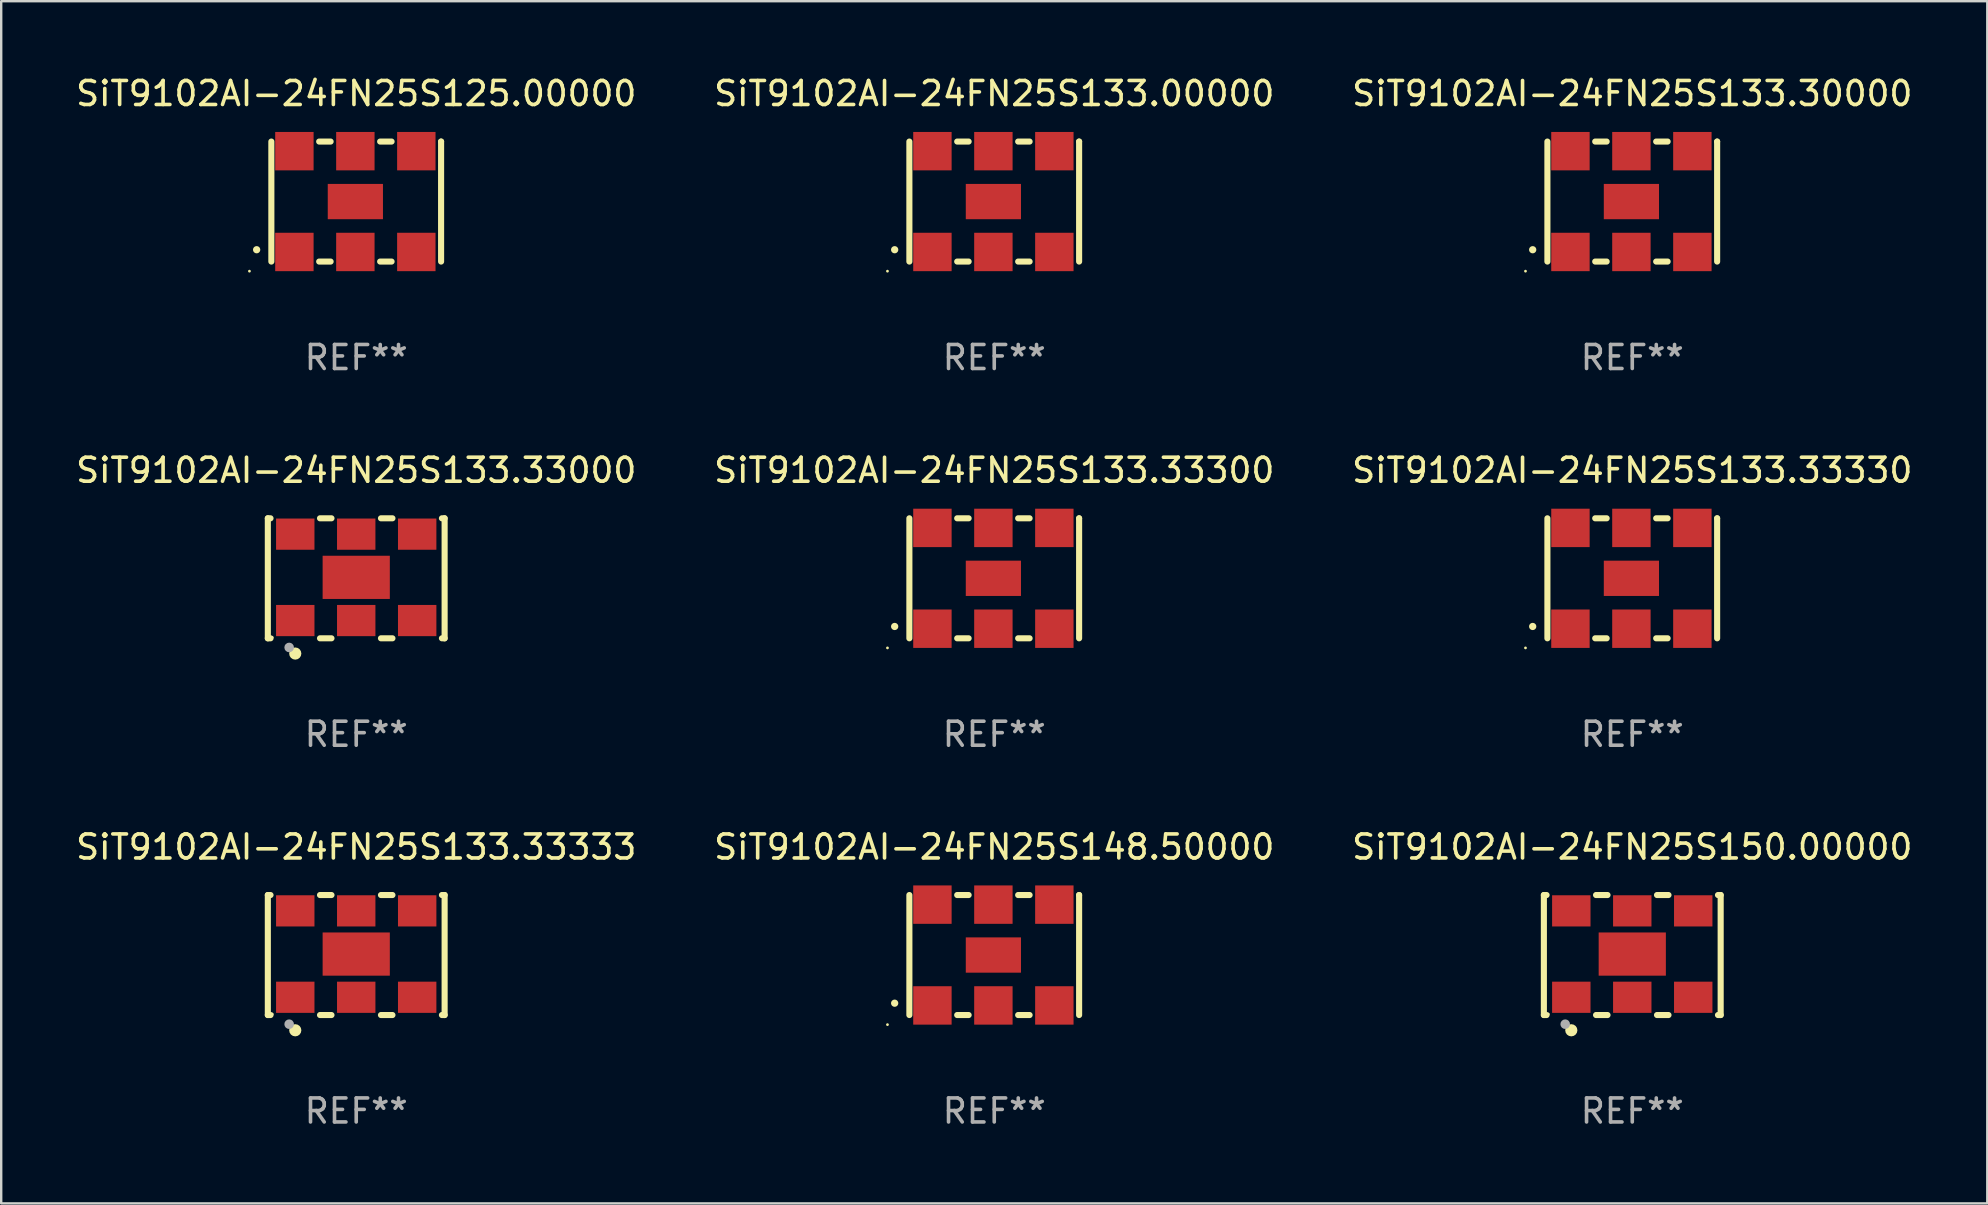
<source format=kicad_pcb>
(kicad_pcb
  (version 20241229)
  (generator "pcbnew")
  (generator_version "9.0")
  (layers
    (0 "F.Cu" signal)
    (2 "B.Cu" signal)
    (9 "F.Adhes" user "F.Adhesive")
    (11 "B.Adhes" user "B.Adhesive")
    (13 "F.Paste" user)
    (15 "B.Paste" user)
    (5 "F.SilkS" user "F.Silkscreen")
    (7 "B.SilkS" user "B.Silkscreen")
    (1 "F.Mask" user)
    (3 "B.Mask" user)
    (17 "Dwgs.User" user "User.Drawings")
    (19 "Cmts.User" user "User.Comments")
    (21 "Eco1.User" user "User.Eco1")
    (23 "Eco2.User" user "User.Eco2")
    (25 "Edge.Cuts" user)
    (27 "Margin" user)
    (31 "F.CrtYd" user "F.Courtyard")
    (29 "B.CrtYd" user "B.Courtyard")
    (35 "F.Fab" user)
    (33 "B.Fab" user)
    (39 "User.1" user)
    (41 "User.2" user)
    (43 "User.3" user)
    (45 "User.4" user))
  (footprint "SiT9102AI-24FN25S133.33333"
    (layer "F.Cu")
    (at 11.792 36.741)
    (property "Reference" "SiT9102AI-24FN25S133.33333" (at 0 -4.5 0) (layer "F.SilkS") (effects (font (size 1 1) (thickness 0.15))))
    (attr through_hole)
    (fp_line (start -3.683 -2.5) (end -3.571 -2.5) (stroke (width 0.254) (type solid)) (layer "F.SilkS"))
    (fp_line (start -3.683 2.5) (end -3.683 -2.5) (stroke (width 0.254) (type solid)) (layer "F.SilkS"))
    (fp_line (start -3.683 2.5) (end -3.571 2.5) (stroke (width 0.254) (type solid)) (layer "F.SilkS"))
    (fp_line (start -1.509 -2.5) (end -1.031 -2.5) (stroke (width 0.254) (type solid)) (layer "F.SilkS"))
    (fp_line (start -1.509 2.5) (end -1.031 2.5) (stroke (width 0.254) (type solid)) (layer "F.SilkS"))
    (fp_line (start 1.031 -2.5) (end 1.509 -2.5) (stroke (width 0.254) (type solid)) (layer "F.SilkS"))
    (fp_line (start 1.031 2.5) (end 1.509 2.5) (stroke (width 0.254) (type solid)) (layer "F.SilkS"))
    (fp_line (start 3.571 -2.5) (end 3.683 -2.5) (stroke (width 0.254) (type solid)) (layer "F.SilkS"))
    (fp_line (start 3.571 2.5) (end 3.683 2.5) (stroke (width 0.254) (type solid)) (layer "F.SilkS"))
    (fp_line (start 3.683 2.5) (end 3.683 -2.5) (stroke (width 0.254) (type solid)) (layer "F.SilkS"))
    (fp_circle (center -3.5 2.46) (end -3.47 2.46) (stroke (width 0.06) (type solid)) (fill no) (layer "F.SilkS"))
    (fp_circle (center -2.54 3.135) (end -2.413 3.135) (stroke (width 0.254) (type solid)) (fill no) (layer "F.SilkS"))
    (fp_circle (center -2.794 2.881) (end -2.694 2.881) (stroke (width 0.2) (type solid)) (fill no) (layer "F.Fab"))
    (fp_text user "REF**" (at 0 6.5 0) (layer "F.Fab") (effects (font (size 1 1) (thickness 0.15))))
    (pad "1" smd rect (at -2.54 1.76) (size 1.6 1.3) (layers "F.Cu" "F.Mask" "F.Paste"))
    (pad "2" smd rect (at 0 1.76) (size 1.6 1.3) (layers "F.Cu" "F.Mask" "F.Paste"))
    (pad "3" smd rect (at 2.54 1.76) (size 1.6 1.3) (layers "F.Cu" "F.Mask" "F.Paste"))
    (pad "4" smd rect (at 2.54 -1.84) (size 1.6 1.3) (layers "F.Cu" "F.Mask" "F.Paste"))
    (pad "5" smd rect (at 0 -1.84) (size 1.6 1.3) (layers "F.Cu" "F.Mask" "F.Paste"))
    (pad "6" smd rect (at -2.54 -1.84) (size 1.6 1.3) (layers "F.Cu" "F.Mask" "F.Paste"))
    (pad "7" smd rect (at 0 -0.04) (size 2.8 1.8) (layers "F.Cu" "F.Mask" "F.Paste")))
  (footprint "SiT9102AI-24FN25S133.33300"
    (layer "F.Cu")
    (at 38.375 21.045)
    (property "Reference" "SiT9102AI-24FN25S133.33300" (at 0 -4.5 0) (layer "F.SilkS") (effects (font (size 1 1) (thickness 0.15))))
    (attr through_hole)
    (fp_line (start -3.536 -2.5) (end -3.536 2.5) (stroke (width 0.254) (type solid)) (layer "F.SilkS"))
    (fp_line (start -1.544 2.5) (end -1.067 2.5) (stroke (width 0.254) (type solid)) (layer "F.SilkS"))
    (fp_line (start -1.067 -2.5) (end -1.544 -2.5) (stroke (width 0.254) (type solid)) (layer "F.SilkS"))
    (fp_line (start 0.996 2.5) (end 1.473 2.5) (stroke (width 0.254) (type solid)) (layer "F.SilkS"))
    (fp_line (start 1.473 -2.5) (end 0.996 -2.5) (stroke (width 0.254) (type solid)) (layer "F.SilkS"))
    (fp_line (start 3.536 -2.5) (end 3.536 -2.5) (stroke (width 0.254) (type solid)) (layer "F.SilkS"))
    (fp_line (start 3.536 2.5) (end 3.536 -2.5) (stroke (width 0.254) (type solid)) (layer "F.SilkS"))
    (fp_arc (start -4.150432 2.006604) (mid -4.149162 2.006599) (end -4.147892 2.006604) (stroke (width 0.3) (type solid)) (layer "F.SilkS"))
    (fp_circle (center -4.449 2.9) (end -4.419 2.9) (stroke (width 0.06) (type solid)) (fill no) (layer "F.SilkS"))
    (fp_text user "REF**" (at 0 6.5 0) (layer "F.Fab") (effects (font (size 1 1) (thickness 0.15))))
    (pad "1" smd rect (at -2.576 2.1) (size 1.6 1.6) (layers "F.Cu" "F.Mask" "F.Paste"))
    (pad "2" smd rect (at -0.036 2.1) (size 1.6 1.6) (layers "F.Cu" "F.Mask" "F.Paste"))
    (pad "3" smd rect (at 2.504 2.1) (size 1.6 1.6) (layers "F.Cu" "F.Mask" "F.Paste"))
    (pad "4" smd rect (at 2.504 -2.1) (size 1.6 1.6) (layers "F.Cu" "F.Mask" "F.Paste"))
    (pad "5" smd rect (at -0.036 -2.1) (size 1.6 1.6) (layers "F.Cu" "F.Mask" "F.Paste"))
    (pad "6" smd rect (at -2.576 -2.1) (size 1.6 1.6) (layers "F.Cu" "F.Mask" "F.Paste"))
    (pad "7" smd rect (at -0.036 0) (size 2.3 1.47) (layers "F.Cu" "F.Mask" "F.Paste")))
  (footprint "SiT9102AI-24FN25S133.33000"
    (layer "F.Cu")
    (at 11.792 21.045)
    (property "Reference" "SiT9102AI-24FN25S133.33000" (at 0 -4.5 0) (layer "F.SilkS") (effects (font (size 1 1) (thickness 0.15))))
    (attr through_hole)
    (fp_line (start -3.683 -2.5) (end -3.571 -2.5) (stroke (width 0.254) (type solid)) (layer "F.SilkS"))
    (fp_line (start -3.683 2.5) (end -3.683 -2.5) (stroke (width 0.254) (type solid)) (layer "F.SilkS"))
    (fp_line (start -3.683 2.5) (end -3.571 2.5) (stroke (width 0.254) (type solid)) (layer "F.SilkS"))
    (fp_line (start -1.509 -2.5) (end -1.031 -2.5) (stroke (width 0.254) (type solid)) (layer "F.SilkS"))
    (fp_line (start -1.509 2.5) (end -1.031 2.5) (stroke (width 0.254) (type solid)) (layer "F.SilkS"))
    (fp_line (start 1.031 -2.5) (end 1.509 -2.5) (stroke (width 0.254) (type solid)) (layer "F.SilkS"))
    (fp_line (start 1.031 2.5) (end 1.509 2.5) (stroke (width 0.254) (type solid)) (layer "F.SilkS"))
    (fp_line (start 3.571 -2.5) (end 3.683 -2.5) (stroke (width 0.254) (type solid)) (layer "F.SilkS"))
    (fp_line (start 3.571 2.5) (end 3.683 2.5) (stroke (width 0.254) (type solid)) (layer "F.SilkS"))
    (fp_line (start 3.683 2.5) (end 3.683 -2.5) (stroke (width 0.254) (type solid)) (layer "F.SilkS"))
    (fp_circle (center -3.5 2.46) (end -3.47 2.46) (stroke (width 0.06) (type solid)) (fill no) (layer "F.SilkS"))
    (fp_circle (center -2.54 3.135) (end -2.413 3.135) (stroke (width 0.254) (type solid)) (fill no) (layer "F.SilkS"))
    (fp_circle (center -2.794 2.881) (end -2.694 2.881) (stroke (width 0.2) (type solid)) (fill no) (layer "F.Fab"))
    (fp_text user "REF**" (at 0 6.5 0) (layer "F.Fab") (effects (font (size 1 1) (thickness 0.15))))
    (pad "1" smd rect (at -2.54 1.76) (size 1.6 1.3) (layers "F.Cu" "F.Mask" "F.Paste"))
    (pad "2" smd rect (at 0 1.76) (size 1.6 1.3) (layers "F.Cu" "F.Mask" "F.Paste"))
    (pad "3" smd rect (at 2.54 1.76) (size 1.6 1.3) (layers "F.Cu" "F.Mask" "F.Paste"))
    (pad "4" smd rect (at 2.54 -1.84) (size 1.6 1.3) (layers "F.Cu" "F.Mask" "F.Paste"))
    (pad "5" smd rect (at 0 -1.84) (size 1.6 1.3) (layers "F.Cu" "F.Mask" "F.Paste"))
    (pad "6" smd rect (at -2.54 -1.84) (size 1.6 1.3) (layers "F.Cu" "F.Mask" "F.Paste"))
    (pad "7" smd rect (at 0 -0.04) (size 2.8 1.8) (layers "F.Cu" "F.Mask" "F.Paste")))
  (footprint "SiT9102AI-24FN25S133.30000"
    (layer "F.Cu")
    (at 64.958 5.348)
    (property "Reference" "SiT9102AI-24FN25S133.30000" (at 0 -4.5 0) (layer "F.SilkS") (effects (font (size 1 1) (thickness 0.15))))
    (attr through_hole)
    (fp_line (start -3.536 -2.5) (end -3.536 2.5) (stroke (width 0.254) (type solid)) (layer "F.SilkS"))
    (fp_line (start -1.544 2.5) (end -1.067 2.5) (stroke (width 0.254) (type solid)) (layer "F.SilkS"))
    (fp_line (start -1.067 -2.5) (end -1.544 -2.5) (stroke (width 0.254) (type solid)) (layer "F.SilkS"))
    (fp_line (start 0.996 2.5) (end 1.473 2.5) (stroke (width 0.254) (type solid)) (layer "F.SilkS"))
    (fp_line (start 1.473 -2.5) (end 0.996 -2.5) (stroke (width 0.254) (type solid)) (layer "F.SilkS"))
    (fp_line (start 3.536 -2.5) (end 3.536 -2.5) (stroke (width 0.254) (type solid)) (layer "F.SilkS"))
    (fp_line (start 3.536 2.5) (end 3.536 -2.5) (stroke (width 0.254) (type solid)) (layer "F.SilkS"))
    (fp_arc (start -4.150432 2.006604) (mid -4.149162 2.006599) (end -4.147892 2.006604) (stroke (width 0.3) (type solid)) (layer "F.SilkS"))
    (fp_circle (center -4.449 2.9) (end -4.419 2.9) (stroke (width 0.06) (type solid)) (fill no) (layer "F.SilkS"))
    (fp_text user "REF**" (at 0 6.5 0) (layer "F.Fab") (effects (font (size 1 1) (thickness 0.15))))
    (pad "1" smd rect (at -2.576 2.1) (size 1.6 1.6) (layers "F.Cu" "F.Mask" "F.Paste"))
    (pad "2" smd rect (at -0.036 2.1) (size 1.6 1.6) (layers "F.Cu" "F.Mask" "F.Paste"))
    (pad "3" smd rect (at 2.504 2.1) (size 1.6 1.6) (layers "F.Cu" "F.Mask" "F.Paste"))
    (pad "4" smd rect (at 2.504 -2.1) (size 1.6 1.6) (layers "F.Cu" "F.Mask" "F.Paste"))
    (pad "5" smd rect (at -0.036 -2.1) (size 1.6 1.6) (layers "F.Cu" "F.Mask" "F.Paste"))
    (pad "6" smd rect (at -2.576 -2.1) (size 1.6 1.6) (layers "F.Cu" "F.Mask" "F.Paste"))
    (pad "7" smd rect (at -0.036 0) (size 2.3 1.47) (layers "F.Cu" "F.Mask" "F.Paste")))
  (footprint "SiT9102AI-24FN25S133.00000"
    (layer "F.Cu")
    (at 38.375 5.348)
    (property "Reference" "SiT9102AI-24FN25S133.00000" (at 0 -4.5 0) (layer "F.SilkS") (effects (font (size 1 1) (thickness 0.15))))
    (attr through_hole)
    (fp_line (start -3.536 -2.5) (end -3.536 2.5) (stroke (width 0.254) (type solid)) (layer "F.SilkS"))
    (fp_line (start -1.544 2.5) (end -1.067 2.5) (stroke (width 0.254) (type solid)) (layer "F.SilkS"))
    (fp_line (start -1.067 -2.5) (end -1.544 -2.5) (stroke (width 0.254) (type solid)) (layer "F.SilkS"))
    (fp_line (start 0.996 2.5) (end 1.473 2.5) (stroke (width 0.254) (type solid)) (layer "F.SilkS"))
    (fp_line (start 1.473 -2.5) (end 0.996 -2.5) (stroke (width 0.254) (type solid)) (layer "F.SilkS"))
    (fp_line (start 3.536 -2.5) (end 3.536 -2.5) (stroke (width 0.254) (type solid)) (layer "F.SilkS"))
    (fp_line (start 3.536 2.5) (end 3.536 -2.5) (stroke (width 0.254) (type solid)) (layer "F.SilkS"))
    (fp_arc (start -4.150432 2.006604) (mid -4.149162 2.006599) (end -4.147892 2.006604) (stroke (width 0.3) (type solid)) (layer "F.SilkS"))
    (fp_circle (center -4.449 2.9) (end -4.419 2.9) (stroke (width 0.06) (type solid)) (fill no) (layer "F.SilkS"))
    (fp_text user "REF**" (at 0 6.5 0) (layer "F.Fab") (effects (font (size 1 1) (thickness 0.15))))
    (pad "1" smd rect (at -2.576 2.1) (size 1.6 1.6) (layers "F.Cu" "F.Mask" "F.Paste"))
    (pad "2" smd rect (at -0.036 2.1) (size 1.6 1.6) (layers "F.Cu" "F.Mask" "F.Paste"))
    (pad "3" smd rect (at 2.504 2.1) (size 1.6 1.6) (layers "F.Cu" "F.Mask" "F.Paste"))
    (pad "4" smd rect (at 2.504 -2.1) (size 1.6 1.6) (layers "F.Cu" "F.Mask" "F.Paste"))
    (pad "5" smd rect (at -0.036 -2.1) (size 1.6 1.6) (layers "F.Cu" "F.Mask" "F.Paste"))
    (pad "6" smd rect (at -2.576 -2.1) (size 1.6 1.6) (layers "F.Cu" "F.Mask" "F.Paste"))
    (pad "7" smd rect (at -0.036 0) (size 2.3 1.47) (layers "F.Cu" "F.Mask" "F.Paste")))
  (footprint "SiT9102AI-24FN25S148.50000"
    (layer "F.Cu")
    (at 38.375 36.741)
    (property "Reference" "SiT9102AI-24FN25S148.50000" (at 0 -4.5 0) (layer "F.SilkS") (effects (font (size 1 1) (thickness 0.15))))
    (attr through_hole)
    (fp_line (start -3.536 -2.5) (end -3.536 2.5) (stroke (width 0.254) (type solid)) (layer "F.SilkS"))
    (fp_line (start -1.544 2.5) (end -1.067 2.5) (stroke (width 0.254) (type solid)) (layer "F.SilkS"))
    (fp_line (start -1.067 -2.5) (end -1.544 -2.5) (stroke (width 0.254) (type solid)) (layer "F.SilkS"))
    (fp_line (start 0.996 2.5) (end 1.473 2.5) (stroke (width 0.254) (type solid)) (layer "F.SilkS"))
    (fp_line (start 1.473 -2.5) (end 0.996 -2.5) (stroke (width 0.254) (type solid)) (layer "F.SilkS"))
    (fp_line (start 3.536 -2.5) (end 3.536 -2.5) (stroke (width 0.254) (type solid)) (layer "F.SilkS"))
    (fp_line (start 3.536 2.5) (end 3.536 -2.5) (stroke (width 0.254) (type solid)) (layer "F.SilkS"))
    (fp_arc (start -4.150432 2.006604) (mid -4.149162 2.006599) (end -4.147892 2.006604) (stroke (width 0.3) (type solid)) (layer "F.SilkS"))
    (fp_circle (center -4.449 2.9) (end -4.419 2.9) (stroke (width 0.06) (type solid)) (fill no) (layer "F.SilkS"))
    (fp_text user "REF**" (at 0 6.5 0) (layer "F.Fab") (effects (font (size 1 1) (thickness 0.15))))
    (pad "1" smd rect (at -2.576 2.1) (size 1.6 1.6) (layers "F.Cu" "F.Mask" "F.Paste"))
    (pad "2" smd rect (at -0.036 2.1) (size 1.6 1.6) (layers "F.Cu" "F.Mask" "F.Paste"))
    (pad "3" smd rect (at 2.504 2.1) (size 1.6 1.6) (layers "F.Cu" "F.Mask" "F.Paste"))
    (pad "4" smd rect (at 2.504 -2.1) (size 1.6 1.6) (layers "F.Cu" "F.Mask" "F.Paste"))
    (pad "5" smd rect (at -0.036 -2.1) (size 1.6 1.6) (layers "F.Cu" "F.Mask" "F.Paste"))
    (pad "6" smd rect (at -2.576 -2.1) (size 1.6 1.6) (layers "F.Cu" "F.Mask" "F.Paste"))
    (pad "7" smd rect (at -0.036 0) (size 2.3 1.47) (layers "F.Cu" "F.Mask" "F.Paste")))
  (footprint "SiT9102AI-24FN25S125.00000"
    (layer "F.Cu")
    (at 11.792 5.348)
    (property "Reference" "SiT9102AI-24FN25S125.00000" (at 0 -4.5 0) (layer "F.SilkS") (effects (font (size 1 1) (thickness 0.15))))
    (attr through_hole)
    (fp_line (start -3.536 -2.5) (end -3.536 2.5) (stroke (width 0.254) (type solid)) (layer "F.SilkS"))
    (fp_line (start -1.544 2.5) (end -1.067 2.5) (stroke (width 0.254) (type solid)) (layer "F.SilkS"))
    (fp_line (start -1.067 -2.5) (end -1.544 -2.5) (stroke (width 0.254) (type solid)) (layer "F.SilkS"))
    (fp_line (start 0.996 2.5) (end 1.473 2.5) (stroke (width 0.254) (type solid)) (layer "F.SilkS"))
    (fp_line (start 1.473 -2.5) (end 0.996 -2.5) (stroke (width 0.254) (type solid)) (layer "F.SilkS"))
    (fp_line (start 3.536 -2.5) (end 3.536 -2.5) (stroke (width 0.254) (type solid)) (layer "F.SilkS"))
    (fp_line (start 3.536 2.5) (end 3.536 -2.5) (stroke (width 0.254) (type solid)) (layer "F.SilkS"))
    (fp_arc (start -4.150432 2.006604) (mid -4.149162 2.006599) (end -4.147892 2.006604) (stroke (width 0.3) (type solid)) (layer "F.SilkS"))
    (fp_circle (center -4.449 2.9) (end -4.419 2.9) (stroke (width 0.06) (type solid)) (fill no) (layer "F.SilkS"))
    (fp_text user "REF**" (at 0 6.5 0) (layer "F.Fab") (effects (font (size 1 1) (thickness 0.15))))
    (pad "1" smd rect (at -2.576 2.1) (size 1.6 1.6) (layers "F.Cu" "F.Mask" "F.Paste"))
    (pad "2" smd rect (at -0.036 2.1) (size 1.6 1.6) (layers "F.Cu" "F.Mask" "F.Paste"))
    (pad "3" smd rect (at 2.504 2.1) (size 1.6 1.6) (layers "F.Cu" "F.Mask" "F.Paste"))
    (pad "4" smd rect (at 2.504 -2.1) (size 1.6 1.6) (layers "F.Cu" "F.Mask" "F.Paste"))
    (pad "5" smd rect (at -0.036 -2.1) (size 1.6 1.6) (layers "F.Cu" "F.Mask" "F.Paste"))
    (pad "6" smd rect (at -2.576 -2.1) (size 1.6 1.6) (layers "F.Cu" "F.Mask" "F.Paste"))
    (pad "7" smd rect (at -0.036 0) (size 2.3 1.47) (layers "F.Cu" "F.Mask" "F.Paste")))
  (footprint "SiT9102AI-24FN25S133.33330"
    (layer "F.Cu")
    (at 64.958 21.045)
    (property "Reference" "SiT9102AI-24FN25S133.33330" (at 0 -4.5 0) (layer "F.SilkS") (effects (font (size 1 1) (thickness 0.15))))
    (attr through_hole)
    (fp_line (start -3.536 -2.5) (end -3.536 2.5) (stroke (width 0.254) (type solid)) (layer "F.SilkS"))
    (fp_line (start -1.544 2.5) (end -1.067 2.5) (stroke (width 0.254) (type solid)) (layer "F.SilkS"))
    (fp_line (start -1.067 -2.5) (end -1.544 -2.5) (stroke (width 0.254) (type solid)) (layer "F.SilkS"))
    (fp_line (start 0.996 2.5) (end 1.473 2.5) (stroke (width 0.254) (type solid)) (layer "F.SilkS"))
    (fp_line (start 1.473 -2.5) (end 0.996 -2.5) (stroke (width 0.254) (type solid)) (layer "F.SilkS"))
    (fp_line (start 3.536 -2.5) (end 3.536 -2.5) (stroke (width 0.254) (type solid)) (layer "F.SilkS"))
    (fp_line (start 3.536 2.5) (end 3.536 -2.5) (stroke (width 0.254) (type solid)) (layer "F.SilkS"))
    (fp_arc (start -4.150432 2.006604) (mid -4.149162 2.006599) (end -4.147892 2.006604) (stroke (width 0.3) (type solid)) (layer "F.SilkS"))
    (fp_circle (center -4.449 2.9) (end -4.419 2.9) (stroke (width 0.06) (type solid)) (fill no) (layer "F.SilkS"))
    (fp_text user "REF**" (at 0 6.5 0) (layer "F.Fab") (effects (font (size 1 1) (thickness 0.15))))
    (pad "1" smd rect (at -2.576 2.1) (size 1.6 1.6) (layers "F.Cu" "F.Mask" "F.Paste"))
    (pad "2" smd rect (at -0.036 2.1) (size 1.6 1.6) (layers "F.Cu" "F.Mask" "F.Paste"))
    (pad "3" smd rect (at 2.504 2.1) (size 1.6 1.6) (layers "F.Cu" "F.Mask" "F.Paste"))
    (pad "4" smd rect (at 2.504 -2.1) (size 1.6 1.6) (layers "F.Cu" "F.Mask" "F.Paste"))
    (pad "5" smd rect (at -0.036 -2.1) (size 1.6 1.6) (layers "F.Cu" "F.Mask" "F.Paste"))
    (pad "6" smd rect (at -2.576 -2.1) (size 1.6 1.6) (layers "F.Cu" "F.Mask" "F.Paste"))
    (pad "7" smd rect (at -0.036 0) (size 2.3 1.47) (layers "F.Cu" "F.Mask" "F.Paste")))
  (footprint "SiT9102AI-24FN25S150.00000"
    (layer "F.Cu")
    (at 64.958 36.741)
    (property "Reference" "SiT9102AI-24FN25S150.00000" (at 0 -4.5 0) (layer "F.SilkS") (effects (font (size 1 1) (thickness 0.15))))
    (attr through_hole)
    (fp_line (start -3.683 -2.5) (end -3.571 -2.5) (stroke (width 0.254) (type solid)) (layer "F.SilkS"))
    (fp_line (start -3.683 2.5) (end -3.683 -2.5) (stroke (width 0.254) (type solid)) (layer "F.SilkS"))
    (fp_line (start -3.683 2.5) (end -3.571 2.5) (stroke (width 0.254) (type solid)) (layer "F.SilkS"))
    (fp_line (start -1.509 -2.5) (end -1.031 -2.5) (stroke (width 0.254) (type solid)) (layer "F.SilkS"))
    (fp_line (start -1.509 2.5) (end -1.031 2.5) (stroke (width 0.254) (type solid)) (layer "F.SilkS"))
    (fp_line (start 1.031 -2.5) (end 1.509 -2.5) (stroke (width 0.254) (type solid)) (layer "F.SilkS"))
    (fp_line (start 1.031 2.5) (end 1.509 2.5) (stroke (width 0.254) (type solid)) (layer "F.SilkS"))
    (fp_line (start 3.571 -2.5) (end 3.683 -2.5) (stroke (width 0.254) (type solid)) (layer "F.SilkS"))
    (fp_line (start 3.571 2.5) (end 3.683 2.5) (stroke (width 0.254) (type solid)) (layer "F.SilkS"))
    (fp_line (start 3.683 2.5) (end 3.683 -2.5) (stroke (width 0.254) (type solid)) (layer "F.SilkS"))
    (fp_circle (center -3.5 2.46) (end -3.47 2.46) (stroke (width 0.06) (type solid)) (fill no) (layer "F.SilkS"))
    (fp_circle (center -2.54 3.135) (end -2.413 3.135) (stroke (width 0.254) (type solid)) (fill no) (layer "F.SilkS"))
    (fp_circle (center -2.794 2.881) (end -2.694 2.881) (stroke (width 0.2) (type solid)) (fill no) (layer "F.Fab"))
    (fp_text user "REF**" (at 0 6.5 0) (layer "F.Fab") (effects (font (size 1 1) (thickness 0.15))))
    (pad "1" smd rect (at -2.54 1.76) (size 1.6 1.3) (layers "F.Cu" "F.Mask" "F.Paste"))
    (pad "2" smd rect (at 0 1.76) (size 1.6 1.3) (layers "F.Cu" "F.Mask" "F.Paste"))
    (pad "3" smd rect (at 2.54 1.76) (size 1.6 1.3) (layers "F.Cu" "F.Mask" "F.Paste"))
    (pad "4" smd rect (at 2.54 -1.84) (size 1.6 1.3) (layers "F.Cu" "F.Mask" "F.Paste"))
    (pad "5" smd rect (at 0 -1.84) (size 1.6 1.3) (layers "F.Cu" "F.Mask" "F.Paste"))
    (pad "6" smd rect (at -2.54 -1.84) (size 1.6 1.3) (layers "F.Cu" "F.Mask" "F.Paste"))
    (pad "7" smd rect (at 0 -0.04) (size 2.8 1.8) (layers "F.Cu" "F.Mask" "F.Paste")))
  (gr_rect
    (start -3 -3)
    (end 79.75 47.09)
    (stroke (width 0.1) (type default))
    (fill no)
    (layer "Edge.Cuts")))
</source>
